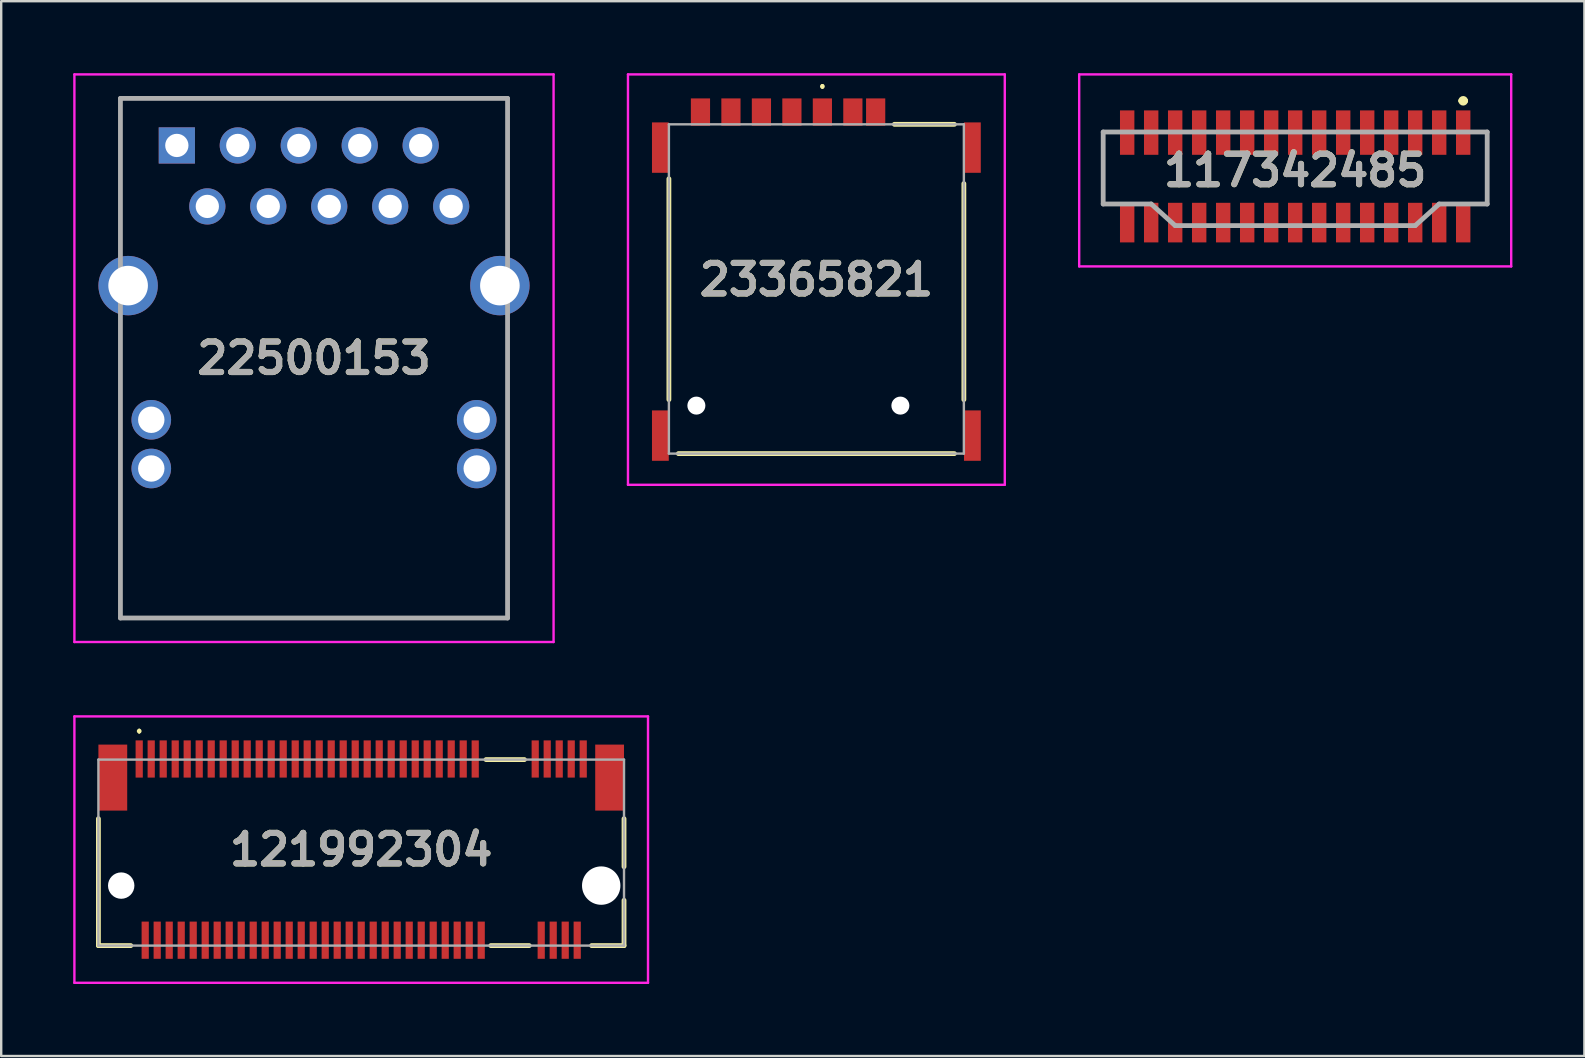
<source format=kicad_pcb>
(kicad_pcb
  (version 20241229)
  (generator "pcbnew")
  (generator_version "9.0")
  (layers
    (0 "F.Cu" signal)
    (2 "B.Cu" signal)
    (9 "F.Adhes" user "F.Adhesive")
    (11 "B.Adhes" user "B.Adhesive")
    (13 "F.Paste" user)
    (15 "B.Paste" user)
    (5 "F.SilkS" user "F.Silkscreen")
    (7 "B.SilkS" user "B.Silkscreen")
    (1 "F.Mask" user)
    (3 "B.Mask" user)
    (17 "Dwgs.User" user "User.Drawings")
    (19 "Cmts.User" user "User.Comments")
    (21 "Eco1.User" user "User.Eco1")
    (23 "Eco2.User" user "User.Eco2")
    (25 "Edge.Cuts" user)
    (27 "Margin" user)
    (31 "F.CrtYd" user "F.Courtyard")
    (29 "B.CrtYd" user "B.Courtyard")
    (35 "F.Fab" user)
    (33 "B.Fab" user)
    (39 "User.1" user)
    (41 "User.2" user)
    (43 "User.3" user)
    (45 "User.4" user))
  (footprint "22500153"
    (layer "F.Cu")
    (at 4.318 3.01)
    (property "Reference" "22500153" (at 5.714 8.865 0) (layer "F.SilkS") (effects (font (size 1.27 1.27) (thickness 0.254))))
    (attr through_hole)
    (fp_line (start -2.35 -1.96) (end 13.78 -1.96) (stroke (width 0.1) (type solid)) (layer "F.SilkS"))
    (fp_line (start -2.35 4.19) (end -2.35 -1.96) (stroke (width 0.1) (type solid)) (layer "F.SilkS"))
    (fp_line (start -2.35 19.69) (end -2.35 7.69) (stroke (width 0.1) (type solid)) (layer "F.SilkS"))
    (fp_line (start 13.78 -1.96) (end 13.78 4.19) (stroke (width 0.1) (type solid)) (layer "F.SilkS"))
    (fp_line (start 13.78 7.69) (end 13.78 19.69) (stroke (width 0.1) (type solid)) (layer "F.SilkS"))
    (fp_line (start 13.78 19.69) (end -2.35 19.69) (stroke (width 0.1) (type solid)) (layer "F.SilkS"))
    (fp_line (start -4.268 -2.96) (end 15.697 -2.96) (stroke (width 0.1) (type solid)) (layer "F.CrtYd"))
    (fp_line (start -4.268 20.69) (end -4.268 -2.96) (stroke (width 0.1) (type solid)) (layer "F.CrtYd"))
    (fp_line (start 15.697 -2.96) (end 15.697 20.69) (stroke (width 0.1) (type solid)) (layer "F.CrtYd"))
    (fp_line (start 15.697 20.69) (end -4.268 20.69) (stroke (width 0.1) (type solid)) (layer "F.CrtYd"))
    (fp_line (start -2.35 -1.96) (end -2.35 19.69) (stroke (width 0.2) (type solid)) (layer "F.Fab"))
    (fp_line (start -2.35 19.69) (end 13.78 19.69) (stroke (width 0.2) (type solid)) (layer "F.Fab"))
    (fp_line (start 13.78 -1.96) (end -2.35 -1.96) (stroke (width 0.2) (type solid)) (layer "F.Fab"))
    (fp_line (start 13.78 19.69) (end 13.78 -1.96) (stroke (width 0.2) (type solid)) (layer "F.Fab"))
    (fp_text user "${REFERENCE}" (at 5.714 8.865 0) (layer "F.Fab") (effects (font (size 1.27 1.27) (thickness 0.254))))
    (pad "" np_thru_hole circle (at 0 8.89) (size 0.001 0.001) (drill 3.25) (layers "*.Cu" "*.Mask"))
    (pad "" np_thru_hole circle (at 11.43 8.89) (size 0.001 0.001) (drill 3.25) (layers "*.Cu" "*.Mask"))
    (pad "1" thru_hole rect (at 0 0) (size 1.509 1.509) (drill 0.97) (layers "*.Cu" "*.Mask"))
    (pad "2" thru_hole circle (at 1.27 2.54) (size 1.509 1.509) (drill 0.97) (layers "*.Cu" "*.Mask"))
    (pad "3" thru_hole circle (at 2.54 0) (size 1.509 1.509) (drill 0.97) (layers "*.Cu" "*.Mask"))
    (pad "4" thru_hole circle (at 3.81 2.54) (size 1.509 1.509) (drill 0.97) (layers "*.Cu" "*.Mask"))
    (pad "5" thru_hole circle (at 5.08 0) (size 1.509 1.509) (drill 0.97) (layers "*.Cu" "*.Mask"))
    (pad "6" thru_hole circle (at 6.35 2.54) (size 1.509 1.509) (drill 0.97) (layers "*.Cu" "*.Mask"))
    (pad "7" thru_hole circle (at 7.62 0) (size 1.509 1.509) (drill 0.97) (layers "*.Cu" "*.Mask"))
    (pad "8" thru_hole circle (at 8.89 2.54) (size 1.509 1.509) (drill 0.97) (layers "*.Cu" "*.Mask"))
    (pad "9" thru_hole circle (at 10.16 0) (size 1.509 1.509) (drill 0.97) (layers "*.Cu" "*.Mask"))
    (pad "10" thru_hole circle (at 11.43 2.54) (size 1.509 1.509) (drill 0.97) (layers "*.Cu" "*.Mask"))
    (pad "11" thru_hole circle (at -1.065 11.43) (size 1.65 1.65) (drill 1.1) (layers "*.Cu" "*.Mask"))
    (pad "12" thru_hole circle (at -1.065 13.46) (size 1.65 1.65) (drill 1.1) (layers "*.Cu" "*.Mask"))
    (pad "13" thru_hole circle (at 12.495 11.43) (size 1.65 1.65) (drill 1.1) (layers "*.Cu" "*.Mask"))
    (pad "14" thru_hole circle (at 12.495 13.46) (size 1.65 1.65) (drill 1.1) (layers "*.Cu" "*.Mask"))
    (pad "MH1" thru_hole circle (at -2.03 5.84) (size 2.475 2.475) (drill 1.65) (layers "*.Cu" "*.Mask"))
    (pad "MH2" thru_hole circle (at 13.46 5.84) (size 2.475 2.475) (drill 1.65) (layers "*.Cu" "*.Mask")))
  (footprint "121992304"
    (layer "F.Cu")
    (at 12 32.474)
    (property "Reference" "121992304" (at 0 -0.124 0) (layer "F.SilkS") (effects (font (size 1.27 1.27) (thickness 0.254))))
    (attr through_hole)
    (fp_line (start -10.95 -1.412) (end -10.95 3.875) (stroke (width 0.2) (type solid)) (layer "F.SilkS"))
    (fp_line (start -10.95 3.875) (end -9.6 3.875) (stroke (width 0.2) (type solid)) (layer "F.SilkS"))
    (fp_line (start -9.25 -5.112) (end -9.25 -5.112) (stroke (width 0.1) (type solid)) (layer "F.SilkS"))
    (fp_line (start -9.25 -5.012) (end -9.25 -5.012) (stroke (width 0.1) (type solid)) (layer "F.SilkS"))
    (fp_line (start 5.2 -3.875) (end 6.8 -3.875) (stroke (width 0.2) (type solid)) (layer "F.SilkS"))
    (fp_line (start 5.4 3.875) (end 7 3.875) (stroke (width 0.2) (type solid)) (layer "F.SilkS"))
    (fp_line (start 10.95 -1.412) (end 10.95 0.588) (stroke (width 0.2) (type solid)) (layer "F.SilkS"))
    (fp_line (start 10.95 1.988) (end 10.95 3.875) (stroke (width 0.2) (type solid)) (layer "F.SilkS"))
    (fp_line (start 10.95 3.875) (end 9.6 3.875) (stroke (width 0.2) (type solid)) (layer "F.SilkS"))
    (fp_arc (start -9.25 -5.112) (mid -9.2 -5.062) (end -9.25 -5.012) (stroke (width 0.1) (type solid)) (layer "F.SilkS"))
    (fp_arc (start -9.25 -5.012) (mid -9.3 -5.062) (end -9.25 -5.112) (stroke (width 0.1) (type solid)) (layer "F.SilkS"))
    (fp_line (start -11.95 -5.674) (end 11.95 -5.674) (stroke (width 0.1) (type solid)) (layer "F.CrtYd"))
    (fp_line (start -11.95 5.426) (end -11.95 -5.674) (stroke (width 0.1) (type solid)) (layer "F.CrtYd"))
    (fp_line (start 11.95 -5.674) (end 11.95 5.426) (stroke (width 0.1) (type solid)) (layer "F.CrtYd"))
    (fp_line (start 11.95 5.426) (end -11.95 5.426) (stroke (width 0.1) (type solid)) (layer "F.CrtYd"))
    (fp_line (start -10.95 -3.875) (end 10.95 -3.875) (stroke (width 0.1) (type solid)) (layer "F.Fab"))
    (fp_line (start -10.95 3.875) (end -10.95 -3.875) (stroke (width 0.1) (type solid)) (layer "F.Fab"))
    (fp_line (start 10.95 -3.875) (end 10.95 3.875) (stroke (width 0.1) (type solid)) (layer "F.Fab"))
    (fp_line (start 10.95 3.875) (end -10.95 3.875) (stroke (width 0.1) (type solid)) (layer "F.Fab"))
    (fp_text user "${REFERENCE}" (at 0 -0.124 0) (layer "F.Fab") (effects (font (size 1.27 1.27) (thickness 0.254))))
    (pad "" np_thru_hole circle (at -10 1.375) (size 1.1 1.1) (drill 1.1) (layers "*.Cu" "*.Mask"))
    (pad "" np_thru_hole circle (at 10 1.375) (size 1.6 1.6) (drill 1.6) (layers "*.Cu" "*.Mask"))
    (pad "1" smd rect (at -9.25 -3.9) (size 0.3 1.55) (layers "F.Cu" "F.Mask" "F.Paste"))
    (pad "2" smd rect (at -9 3.65) (size 0.3 1.55) (layers "F.Cu" "F.Mask" "F.Paste"))
    (pad "3" smd rect (at -8.75 -3.9) (size 0.3 1.55) (layers "F.Cu" "F.Mask" "F.Paste"))
    (pad "4" smd rect (at -8.5 3.65) (size 0.3 1.55) (layers "F.Cu" "F.Mask" "F.Paste"))
    (pad "5" smd rect (at -8.25 -3.9) (size 0.3 1.55) (layers "F.Cu" "F.Mask" "F.Paste"))
    (pad "6" smd rect (at -8 3.65) (size 0.3 1.55) (layers "F.Cu" "F.Mask" "F.Paste"))
    (pad "7" smd rect (at -7.75 -3.9) (size 0.3 1.55) (layers "F.Cu" "F.Mask" "F.Paste"))
    (pad "8" smd rect (at -7.5 3.65) (size 0.3 1.55) (layers "F.Cu" "F.Mask" "F.Paste"))
    (pad "9" smd rect (at -7.25 -3.9) (size 0.3 1.55) (layers "F.Cu" "F.Mask" "F.Paste"))
    (pad "10" smd rect (at -7 3.65) (size 0.3 1.55) (layers "F.Cu" "F.Mask" "F.Paste"))
    (pad "11" smd rect (at -6.75 -3.9) (size 0.3 1.55) (layers "F.Cu" "F.Mask" "F.Paste"))
    (pad "12" smd rect (at -6.5 3.65) (size 0.3 1.55) (layers "F.Cu" "F.Mask" "F.Paste"))
    (pad "13" smd rect (at -6.25 -3.9) (size 0.3 1.55) (layers "F.Cu" "F.Mask" "F.Paste"))
    (pad "14" smd rect (at -6 3.65) (size 0.3 1.55) (layers "F.Cu" "F.Mask" "F.Paste"))
    (pad "15" smd rect (at -5.75 -3.9) (size 0.3 1.55) (layers "F.Cu" "F.Mask" "F.Paste"))
    (pad "16" smd rect (at -5.5 3.65) (size 0.3 1.55) (layers "F.Cu" "F.Mask" "F.Paste"))
    (pad "17" smd rect (at -5.25 -3.9) (size 0.3 1.55) (layers "F.Cu" "F.Mask" "F.Paste"))
    (pad "18" smd rect (at -5 3.65) (size 0.3 1.55) (layers "F.Cu" "F.Mask" "F.Paste"))
    (pad "19" smd rect (at -4.75 -3.9) (size 0.3 1.55) (layers "F.Cu" "F.Mask" "F.Paste"))
    (pad "20" smd rect (at -4.5 3.65) (size 0.3 1.55) (layers "F.Cu" "F.Mask" "F.Paste"))
    (pad "21" smd rect (at -4.25 -3.9) (size 0.3 1.55) (layers "F.Cu" "F.Mask" "F.Paste"))
    (pad "22" smd rect (at -4 3.65) (size 0.3 1.55) (layers "F.Cu" "F.Mask" "F.Paste"))
    (pad "23" smd rect (at -3.75 -3.9) (size 0.3 1.55) (layers "F.Cu" "F.Mask" "F.Paste"))
    (pad "24" smd rect (at -3.5 3.65) (size 0.3 1.55) (layers "F.Cu" "F.Mask" "F.Paste"))
    (pad "25" smd rect (at -3.25 -3.9) (size 0.3 1.55) (layers "F.Cu" "F.Mask" "F.Paste"))
    (pad "26" smd rect (at -3 3.65) (size 0.3 1.55) (layers "F.Cu" "F.Mask" "F.Paste"))
    (pad "27" smd rect (at -2.75 -3.9) (size 0.3 1.55) (layers "F.Cu" "F.Mask" "F.Paste"))
    (pad "28" smd rect (at -2.5 3.65) (size 0.3 1.55) (layers "F.Cu" "F.Mask" "F.Paste"))
    (pad "29" smd rect (at -2.25 -3.9) (size 0.3 1.55) (layers "F.Cu" "F.Mask" "F.Paste"))
    (pad "30" smd rect (at -2 3.65) (size 0.3 1.55) (layers "F.Cu" "F.Mask" "F.Paste"))
    (pad "31" smd rect (at -1.75 -3.9) (size 0.3 1.55) (layers "F.Cu" "F.Mask" "F.Paste"))
    (pad "32" smd rect (at -1.5 3.65) (size 0.3 1.55) (layers "F.Cu" "F.Mask" "F.Paste"))
    (pad "33" smd rect (at -1.25 -3.9) (size 0.3 1.55) (layers "F.Cu" "F.Mask" "F.Paste"))
    (pad "34" smd rect (at -1 3.65) (size 0.3 1.55) (layers "F.Cu" "F.Mask" "F.Paste"))
    (pad "35" smd rect (at -0.75 -3.9) (size 0.3 1.55) (layers "F.Cu" "F.Mask" "F.Paste"))
    (pad "36" smd rect (at -0.5 3.65) (size 0.3 1.55) (layers "F.Cu" "F.Mask" "F.Paste"))
    (pad "37" smd rect (at -0.25 -3.9) (size 0.3 1.55) (layers "F.Cu" "F.Mask" "F.Paste"))
    (pad "38" smd rect (at 0 3.65) (size 0.3 1.55) (layers "F.Cu" "F.Mask" "F.Paste"))
    (pad "39" smd rect (at 0.25 -3.9) (size 0.3 1.55) (layers "F.Cu" "F.Mask" "F.Paste"))
    (pad "40" smd rect (at 0.5 3.65) (size 0.3 1.55) (layers "F.Cu" "F.Mask" "F.Paste"))
    (pad "41" smd rect (at 0.75 -3.9) (size 0.3 1.55) (layers "F.Cu" "F.Mask" "F.Paste"))
    (pad "42" smd rect (at 1 3.65) (size 0.3 1.55) (layers "F.Cu" "F.Mask" "F.Paste"))
    (pad "43" smd rect (at 1.25 -3.9) (size 0.3 1.55) (layers "F.Cu" "F.Mask" "F.Paste"))
    (pad "44" smd rect (at 1.5 3.65) (size 0.3 1.55) (layers "F.Cu" "F.Mask" "F.Paste"))
    (pad "45" smd rect (at 1.75 -3.9) (size 0.3 1.55) (layers "F.Cu" "F.Mask" "F.Paste"))
    (pad "46" smd rect (at 2 3.65) (size 0.3 1.55) (layers "F.Cu" "F.Mask" "F.Paste"))
    (pad "47" smd rect (at 2.25 -3.9) (size 0.3 1.55) (layers "F.Cu" "F.Mask" "F.Paste"))
    (pad "48" smd rect (at 2.5 3.65) (size 0.3 1.55) (layers "F.Cu" "F.Mask" "F.Paste"))
    (pad "49" smd rect (at 2.75 -3.9) (size 0.3 1.55) (layers "F.Cu" "F.Mask" "F.Paste"))
    (pad "50" smd rect (at 3 3.65) (size 0.3 1.55) (layers "F.Cu" "F.Mask" "F.Paste"))
    (pad "51" smd rect (at 3.25 -3.9) (size 0.3 1.55) (layers "F.Cu" "F.Mask" "F.Paste"))
    (pad "52" smd rect (at 3.5 3.65) (size 0.3 1.55) (layers "F.Cu" "F.Mask" "F.Paste"))
    (pad "53" smd rect (at 3.75 -3.9) (size 0.3 1.55) (layers "F.Cu" "F.Mask" "F.Paste"))
    (pad "54" smd rect (at 4 3.65) (size 0.3 1.55) (layers "F.Cu" "F.Mask" "F.Paste"))
    (pad "55" smd rect (at 4.25 -3.9) (size 0.3 1.55) (layers "F.Cu" "F.Mask" "F.Paste"))
    (pad "56" smd rect (at 4.5 3.65) (size 0.3 1.55) (layers "F.Cu" "F.Mask" "F.Paste"))
    (pad "57" smd rect (at 4.75 -3.9) (size 0.3 1.55) (layers "F.Cu" "F.Mask" "F.Paste"))
    (pad "58" smd rect (at 5 3.65) (size 0.3 1.55) (layers "F.Cu" "F.Mask" "F.Paste"))
    (pad "67" smd rect (at 7.25 -3.9) (size 0.3 1.55) (layers "F.Cu" "F.Mask" "F.Paste"))
    (pad "68" smd rect (at 7.5 3.65) (size 0.3 1.55) (layers "F.Cu" "F.Mask" "F.Paste"))
    (pad "69" smd rect (at 7.75 -3.9) (size 0.3 1.55) (layers "F.Cu" "F.Mask" "F.Paste"))
    (pad "70" smd rect (at 8 3.65) (size 0.3 1.55) (layers "F.Cu" "F.Mask" "F.Paste"))
    (pad "71" smd rect (at 8.25 -3.9) (size 0.3 1.55) (layers "F.Cu" "F.Mask" "F.Paste"))
    (pad "72" smd rect (at 8.5 3.65) (size 0.3 1.55) (layers "F.Cu" "F.Mask" "F.Paste"))
    (pad "73" smd rect (at 8.75 -3.9) (size 0.3 1.55) (layers "F.Cu" "F.Mask" "F.Paste"))
    (pad "74" smd rect (at 9 3.65) (size 0.3 1.55) (layers "F.Cu" "F.Mask" "F.Paste"))
    (pad "75" smd rect (at 9.25 -3.9) (size 0.3 1.55) (layers "F.Cu" "F.Mask" "F.Paste"))
    (pad "76" smd rect (at -10.35 -3.125) (size 1.2 2.75) (layers "F.Cu" "F.Mask" "F.Paste"))
    (pad "77" smd rect (at 10.35 -3.125) (size 1.2 2.75) (layers "F.Cu" "F.Mask" "F.Paste")))
  (footprint "117342485"
    (layer "F.Cu")
    (at 50.915 2.45)
    (property "Reference" "117342485" (at 0 1.6 0) (layer "F.SilkS") (effects (font (size 1.27 1.27) (thickness 0.254))))
    (attr smd)
    (fp_line (start -8 0) (end -8 3) (stroke (width 0.1) (type solid)) (layer "F.SilkS"))
    (fp_line (start 6.9 -1.3) (end 6.9 -1.3) (stroke (width 0.2) (type solid)) (layer "F.SilkS"))
    (fp_line (start 7.1 -1.3) (end 7.1 -1.3) (stroke (width 0.2) (type solid)) (layer "F.SilkS"))
    (fp_line (start 8 0) (end 8 3) (stroke (width 0.1) (type solid)) (layer "F.SilkS"))
    (fp_arc (start 6.9 -1.3) (mid 7 -1.4) (end 7.1 -1.3) (stroke (width 0.2) (type solid)) (layer "F.SilkS"))
    (fp_arc (start 7.1 -1.3) (mid 7 -1.2) (end 6.9 -1.3) (stroke (width 0.2) (type solid)) (layer "F.SilkS"))
    (fp_line (start -9 -2.4) (end 9 -2.4) (stroke (width 0.1) (type solid)) (layer "F.CrtYd"))
    (fp_line (start -9 5.6) (end -9 -2.4) (stroke (width 0.1) (type solid)) (layer "F.CrtYd"))
    (fp_line (start 9 -2.4) (end 9 5.6) (stroke (width 0.1) (type solid)) (layer "F.CrtYd"))
    (fp_line (start 9 5.6) (end -9 5.6) (stroke (width 0.1) (type solid)) (layer "F.CrtYd"))
    (fp_line (start -8 0) (end -8 3) (stroke (width 0.2) (type solid)) (layer "F.Fab"))
    (fp_line (start -8 3) (end -6 3) (stroke (width 0.2) (type solid)) (layer "F.Fab"))
    (fp_line (start -6 3) (end -5 3.9) (stroke (width 0.2) (type solid)) (layer "F.Fab"))
    (fp_line (start -5 3.9) (end 5 3.9) (stroke (width 0.2) (type solid)) (layer "F.Fab"))
    (fp_line (start 5 3.9) (end 6 3) (stroke (width 0.2) (type solid)) (layer "F.Fab"))
    (fp_line (start 6 3) (end 8 3) (stroke (width 0.2) (type solid)) (layer "F.Fab"))
    (fp_line (start 8 0) (end -8 0) (stroke (width 0.2) (type solid)) (layer "F.Fab"))
    (fp_line (start 8 3) (end 8 0) (stroke (width 0.2) (type solid)) (layer "F.Fab"))
    (fp_text user "${REFERENCE}" (at 0 1.6 0) (layer "F.Fab") (effects (font (size 1.27 1.27) (thickness 0.254))))
    (pad "1" smd rect (at 7 0.025) (size 0.6 1.85) (layers "F.Cu" "F.Mask" "F.Paste"))
    (pad "2" smd rect (at 6 0.025) (size 0.6 1.85) (layers "F.Cu" "F.Mask" "F.Paste"))
    (pad "3" smd rect (at 5 0.025) (size 0.6 1.85) (layers "F.Cu" "F.Mask" "F.Paste"))
    (pad "4" smd rect (at 4 0.025) (size 0.6 1.85) (layers "F.Cu" "F.Mask" "F.Paste"))
    (pad "5" smd rect (at 3 0.025) (size 0.6 1.85) (layers "F.Cu" "F.Mask" "F.Paste"))
    (pad "6" smd rect (at 2 0.025) (size 0.6 1.85) (layers "F.Cu" "F.Mask" "F.Paste"))
    (pad "7" smd rect (at 1 0.025) (size 0.6 1.85) (layers "F.Cu" "F.Mask" "F.Paste"))
    (pad "8" smd rect (at 0 0.025) (size 0.6 1.85) (layers "F.Cu" "F.Mask" "F.Paste"))
    (pad "9" smd rect (at -1 0.025) (size 0.6 1.85) (layers "F.Cu" "F.Mask" "F.Paste"))
    (pad "10" smd rect (at -2 0.025) (size 0.6 1.85) (layers "F.Cu" "F.Mask" "F.Paste"))
    (pad "11" smd rect (at -3 0.025) (size 0.6 1.85) (layers "F.Cu" "F.Mask" "F.Paste"))
    (pad "12" smd rect (at -4 0.025) (size 0.6 1.85) (layers "F.Cu" "F.Mask" "F.Paste"))
    (pad "13" smd rect (at -5 0.025) (size 0.6 1.85) (layers "F.Cu" "F.Mask" "F.Paste"))
    (pad "14" smd rect (at -6 0.025) (size 0.6 1.85) (layers "F.Cu" "F.Mask" "F.Paste"))
    (pad "15" smd rect (at -7 0.025) (size 0.6 1.85) (layers "F.Cu" "F.Mask" "F.Paste"))
    (pad "16" smd rect (at 7 3.775) (size 0.6 1.65) (layers "F.Cu" "F.Mask" "F.Paste"))
    (pad "17" smd rect (at 6 3.775) (size 0.6 1.65) (layers "F.Cu" "F.Mask" "F.Paste"))
    (pad "18" smd rect (at 5 3.775) (size 0.6 1.65) (layers "F.Cu" "F.Mask" "F.Paste"))
    (pad "19" smd rect (at 4 3.775) (size 0.6 1.65) (layers "F.Cu" "F.Mask" "F.Paste"))
    (pad "20" smd rect (at 3 3.775) (size 0.6 1.65) (layers "F.Cu" "F.Mask" "F.Paste"))
    (pad "21" smd rect (at 2 3.775) (size 0.6 1.65) (layers "F.Cu" "F.Mask" "F.Paste"))
    (pad "22" smd rect (at 1 3.775) (size 0.6 1.65) (layers "F.Cu" "F.Mask" "F.Paste"))
    (pad "23" smd rect (at 0 3.775) (size 0.6 1.65) (layers "F.Cu" "F.Mask" "F.Paste"))
    (pad "24" smd rect (at -1 3.775) (size 0.6 1.65) (layers "F.Cu" "F.Mask" "F.Paste"))
    (pad "25" smd rect (at -2 3.775) (size 0.6 1.65) (layers "F.Cu" "F.Mask" "F.Paste"))
    (pad "26" smd rect (at -3 3.775) (size 0.6 1.65) (layers "F.Cu" "F.Mask" "F.Paste"))
    (pad "27" smd rect (at -4 3.775) (size 0.6 1.65) (layers "F.Cu" "F.Mask" "F.Paste"))
    (pad "28" smd rect (at -5 3.775) (size 0.6 1.65) (layers "F.Cu" "F.Mask" "F.Paste"))
    (pad "29" smd rect (at -6 3.775) (size 0.6 1.65) (layers "F.Cu" "F.Mask" "F.Paste"))
    (pad "30" smd rect (at -7 3.775) (size 0.6 1.65) (layers "F.Cu" "F.Mask" "F.Paste")))
  (footprint "23365821"
    (layer "F.Cu")
    (at 30.965 8.6)
    (property "Reference" "23365821" (at 0 0 0) (layer "F.SilkS") (effects (font (size 1.27 1.27) (thickness 0.254))))
    (attr through_hole)
    (fp_line (start -6.145 5) (end -6.145 -4.2) (stroke (width 0.2) (type solid)) (layer "F.SilkS"))
    (fp_line (start 0.25 -8.1) (end 0.25 -8.1) (stroke (width 0.1) (type solid)) (layer "F.SilkS"))
    (fp_line (start 0.25 -8) (end 0.25 -8) (stroke (width 0.1) (type solid)) (layer "F.SilkS"))
    (fp_line (start 3.25 -6.47) (end 5.75 -6.47) (stroke (width 0.2) (type solid)) (layer "F.SilkS"))
    (fp_line (start 5.75 7.25) (end -5.75 7.25) (stroke (width 0.2) (type solid)) (layer "F.SilkS"))
    (fp_line (start 6.145 -4) (end 6.145 5) (stroke (width 0.2) (type solid)) (layer "F.SilkS"))
    (fp_arc (start 0.25 -8.1) (mid 0.3 -8.05) (end 0.25 -8) (stroke (width 0.1) (type solid)) (layer "F.SilkS"))
    (fp_arc (start 0.25 -8) (mid 0.2 -8.05) (end 0.25 -8.1) (stroke (width 0.1) (type solid)) (layer "F.SilkS"))
    (fp_line (start -7.85 -8.55) (end 7.85 -8.55) (stroke (width 0.1) (type solid)) (layer "F.CrtYd"))
    (fp_line (start -7.85 8.55) (end -7.85 -8.55) (stroke (width 0.1) (type solid)) (layer "F.CrtYd"))
    (fp_line (start 7.85 -8.55) (end 7.85 8.55) (stroke (width 0.1) (type solid)) (layer "F.CrtYd"))
    (fp_line (start 7.85 8.55) (end -7.85 8.55) (stroke (width 0.1) (type solid)) (layer "F.CrtYd"))
    (fp_line (start -6.145 -6.47) (end 6.145 -6.47) (stroke (width 0.1) (type solid)) (layer "F.Fab"))
    (fp_line (start -6.145 7.25) (end -6.145 -6.47) (stroke (width 0.1) (type solid)) (layer "F.Fab"))
    (fp_line (start 6.145 -6.47) (end 6.145 7.25) (stroke (width 0.1) (type solid)) (layer "F.Fab"))
    (fp_line (start 6.145 7.25) (end -6.145 7.25) (stroke (width 0.1) (type solid)) (layer "F.Fab"))
    (fp_text user "${REFERENCE}" (at 0 0 0) (layer "F.Fab") (effects (font (size 1.27 1.27) (thickness 0.254))))
    (pad "" np_thru_hole circle (at -5 5.25) (size 0.75 0.75) (drill 0.75) (layers "*.Cu" "*.Mask"))
    (pad "" np_thru_hole circle (at 3.5 5.25) (size 0.75 0.75) (drill 0.75) (layers "*.Cu" "*.Mask"))
    (pad "C1" smd rect (at 0.25 -6.98) (size 0.8 1.14) (layers "F.Cu" "F.Mask" "F.Paste"))
    (pad "C2" smd rect (at -2.29 -6.98) (size 0.8 1.14) (layers "F.Cu" "F.Mask" "F.Paste"))
    (pad "C3" smd rect (at -4.83 -6.98) (size 0.8 1.14) (layers "F.Cu" "F.Mask" "F.Paste"))
    (pad "C5" smd rect (at 1.52 -6.98) (size 0.8 1.14) (layers "F.Cu" "F.Mask" "F.Paste"))
    (pad "C6" smd rect (at -1.02 -6.98) (size 0.8 1.14) (layers "F.Cu" "F.Mask" "F.Paste"))
    (pad "C7" smd rect (at -3.56 -6.98) (size 0.8 1.14) (layers "F.Cu" "F.Mask" "F.Paste"))
    (pad "CD1" smd rect (at 2.47 -6.98) (size 0.8 1.14) (layers "F.Cu" "F.Mask" "F.Paste"))
    (pad "MP1" smd rect (at 6.5 -5.5) (size 0.7 2.1) (layers "F.Cu" "F.Mask" "F.Paste"))
    (pad "MP2" smd rect (at -6.5 -5.5) (size 0.7 2.1) (layers "F.Cu" "F.Mask" "F.Paste"))
    (pad "MP3" smd rect (at -6.5 6.5) (size 0.7 2.1) (layers "F.Cu" "F.Mask" "F.Paste"))
    (pad "MP4" smd rect (at 6.5 6.5) (size 0.7 2.1) (layers "F.Cu" "F.Mask" "F.Paste")))
  (gr_rect
    (start -3 -3)
    (end 62.965 40.95)
    (stroke (width 0.1) (type default))
    (fill no)
    (layer "Edge.Cuts")))
</source>
